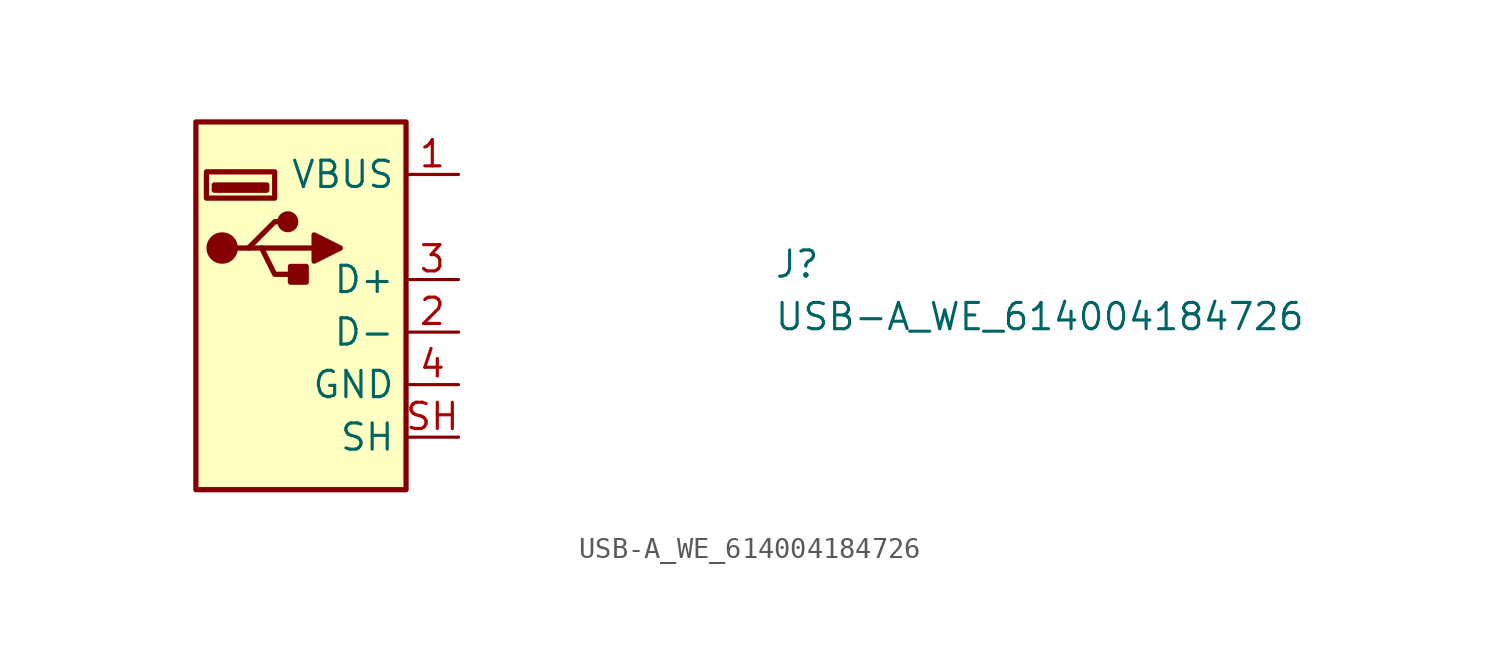
<source format=kicad_sym>
(kicad_symbol_lib
  (version 20220914)
  (generator kicad_symbol_editor)
  (symbol "USB-A_WE_614004184726"
    (property "Reference" "J"
      (at 15.24 -5.08 0)
      (effects (font (size 1.27 1.27) (thickness 0.15)) (justify left bottom)))
    (property "Value" "USB-A_WE_614004184726"
      (at 15.24 -7.62 0)
      (effects (font (size 1.27 1.27) (thickness 0.15)) (justify left bottom)))
    (symbol "USB-A_WE_614004184726_1_1"
      (rectangle (start -12.7 2.54) (end -2.54 -15.24) (stroke (width 0.254) (type default)) (fill (type background)))
      (rectangle (start -11.811 -0.508) (end -9.271 -0.762) (stroke (width 0.254) (type default)) (fill (type background)))
      (circle (center -11.43 -3.556) (radius 0.635) (stroke (width 0.254) (type default)) (fill (type outline)))
      (rectangle (start -8.89 -1.143) (end -12.192 0.127) (stroke (width 0.254) (type default)) (fill (type background)))
      (circle (center -8.255 -2.286) (radius 0.381) (stroke (width 0.254) (type default)) (fill (type outline)))
      (rectangle (start -7.366 -4.445) (end -8.128 -5.207) (stroke (width 0.254) (type default)) (fill (type outline)))
      (polyline (pts (xy -9.525 -3.556) (xy -6.985 -3.556)) (stroke (width 0.254) (type default)) (fill (type background)))
      (polyline (pts (xy -10.795 -3.556) (xy -10.16 -3.556) (xy -8.89 -2.286) (xy -8.255 -2.286)) (stroke (width 0.254) (type default)) (fill (type background)))
      (polyline (pts (xy -10.16 -3.556) (xy -9.525 -3.556) (xy -8.89 -4.826) (xy -7.62 -4.826)) (stroke (width 0.254) (type default)) (fill (type background)))
      (polyline (pts (xy -6.985 -2.921) (xy -6.985 -4.191) (xy -5.715 -3.556) (xy -6.985 -2.921)) (stroke (width 0.254) (type default)) (fill (type outline)))
      (pin passive line (at 0 0 180) (length 2.54) (name "VBUS" (effects (font (size 1.27 1.27)))) (number "1" (effects (font (size 1.27 1.27)))))
      (pin bidirectional line (at 0 -7.62 180) (length 2.54) (name "D-" (effects (font (size 1.27 1.27)))) (number "2" (effects (font (size 1.27 1.27)))))
      (pin bidirectional line (at 0 -5.08 180) (length 2.54) (name "D+" (effects (font (size 1.27 1.27)))) (number "3" (effects (font (size 1.27 1.27)))))
      (pin power_in line (at 0 -10.16 180) (length 2.54) (name "GND" (effects (font (size 1.27 1.27)))) (number "4" (effects (font (size 1.27 1.27)))))
      (pin passive line (at 0 -12.7 180) (length 2.54) (name "SH" (effects (font (size 1.27 1.27)))) (number "SH" (effects (font (size 1.27 1.27))))))))
</source>
